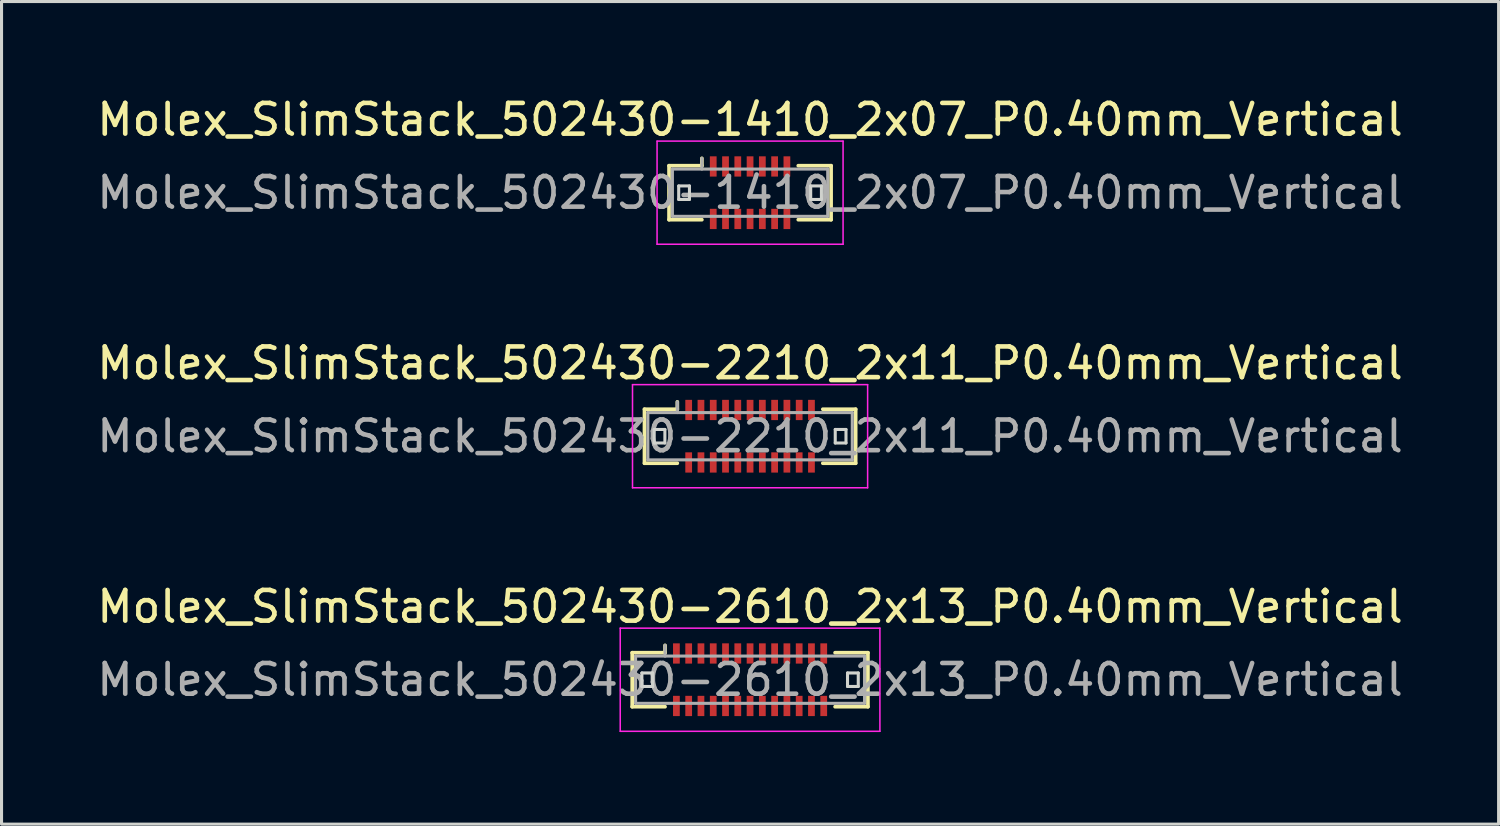
<source format=kicad_pcb>
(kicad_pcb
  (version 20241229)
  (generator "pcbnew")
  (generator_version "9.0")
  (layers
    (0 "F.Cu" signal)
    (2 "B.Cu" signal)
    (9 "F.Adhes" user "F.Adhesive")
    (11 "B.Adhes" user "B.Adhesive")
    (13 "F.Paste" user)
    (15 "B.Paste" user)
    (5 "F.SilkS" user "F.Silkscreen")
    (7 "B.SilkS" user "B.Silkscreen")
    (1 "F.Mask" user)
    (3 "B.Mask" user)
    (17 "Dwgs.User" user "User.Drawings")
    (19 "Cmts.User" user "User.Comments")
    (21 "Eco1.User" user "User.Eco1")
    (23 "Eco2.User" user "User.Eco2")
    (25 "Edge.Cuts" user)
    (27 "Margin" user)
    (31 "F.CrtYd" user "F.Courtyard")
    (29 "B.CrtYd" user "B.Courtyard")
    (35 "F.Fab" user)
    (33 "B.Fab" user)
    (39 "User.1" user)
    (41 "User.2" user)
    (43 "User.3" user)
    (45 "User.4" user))
  (footprint "Molex_SlimStack_502430-2610_2x13_P0.40mm_Vertical"
    (layer "F.Cu")
    (at 21.387 19.095)
    (property "Reference" "Molex_SlimStack_502430-2610_2x13_P0.40mm_Vertical" (at 0 -2.38 0) (layer "F.SilkS") (effects (font (size 1 1) (thickness 0.15))))
    (attr smd)
    (fp_line (start -3.84 -0.88) (end -2.77 -0.88) (stroke (width 0.12) (type solid)) (layer "F.SilkS"))
    (fp_line (start -3.84 0.88) (end -3.84 -0.88) (stroke (width 0.12) (type solid)) (layer "F.SilkS"))
    (fp_line (start -2.77 -0.88) (end -2.77 -1.12) (stroke (width 0.12) (type solid)) (layer "F.SilkS"))
    (fp_line (start -2.77 0.88) (end -3.84 0.88) (stroke (width 0.12) (type solid)) (layer "F.SilkS"))
    (fp_line (start 2.77 0.88) (end 3.84 0.88) (stroke (width 0.12) (type solid)) (layer "F.SilkS"))
    (fp_line (start 3.84 -0.88) (end 2.77 -0.88) (stroke (width 0.12) (type solid)) (layer "F.SilkS"))
    (fp_line (start 3.84 0.88) (end 3.84 -0.88) (stroke (width 0.12) (type solid)) (layer "F.SilkS"))
    (fp_line (start -3.525 -0.22) (end -3.525 0.22) (stroke (width 0.1) (type solid)) (layer "Edge.Cuts"))
    (fp_line (start -3.525 0.22) (end -3.175 0.22) (stroke (width 0.1) (type solid)) (layer "Edge.Cuts"))
    (fp_line (start -3.175 -0.22) (end -3.525 -0.22) (stroke (width 0.1) (type solid)) (layer "Edge.Cuts"))
    (fp_line (start -3.175 0.22) (end -3.175 -0.22) (stroke (width 0.1) (type solid)) (layer "Edge.Cuts"))
    (fp_line (start 3.175 -0.22) (end 3.175 0.22) (stroke (width 0.1) (type solid)) (layer "Edge.Cuts"))
    (fp_line (start 3.175 0.22) (end 3.525 0.22) (stroke (width 0.1) (type solid)) (layer "Edge.Cuts"))
    (fp_line (start 3.525 -0.22) (end 3.175 -0.22) (stroke (width 0.1) (type solid)) (layer "Edge.Cuts"))
    (fp_line (start 3.525 0.22) (end 3.525 -0.22) (stroke (width 0.1) (type solid)) (layer "Edge.Cuts"))
    (fp_line (start -4.23 -1.68) (end -4.23 1.68) (stroke (width 0.05) (type solid)) (layer "F.CrtYd"))
    (fp_line (start -4.23 1.68) (end 4.23 1.68) (stroke (width 0.05) (type solid)) (layer "F.CrtYd"))
    (fp_line (start 4.23 -1.68) (end -4.23 -1.68) (stroke (width 0.05) (type solid)) (layer "F.CrtYd"))
    (fp_line (start 4.23 1.68) (end 4.23 -1.68) (stroke (width 0.05) (type solid)) (layer "F.CrtYd"))
    (fp_line (start -3.73 -0.77) (end -3.73 0.77) (stroke (width 0.1) (type solid)) (layer "F.Fab"))
    (fp_line (start -3.73 0.77) (end 3.73 0.77) (stroke (width 0.1) (type solid)) (layer "F.Fab"))
    (fp_line (start -2.77 -0.77) (end -2.77 -1.12) (stroke (width 0.1) (type solid)) (layer "F.Fab"))
    (fp_line (start 3.73 -0.77) (end -3.73 -0.77) (stroke (width 0.1) (type solid)) (layer "F.Fab"))
    (fp_line (start 3.73 0.77) (end 3.73 -0.77) (stroke (width 0.1) (type solid)) (layer "F.Fab"))
    (fp_text user "${REFERENCE}" (at 0 0 0) (layer "F.Fab") (effects (font (size 1 1) (thickness 0.15))))
    (pad "1" smd rect (at -2.4 -0.855) (size 0.22 0.66) (layers "F.Cu" "F.Mask" "F.Paste"))
    (pad "2" smd rect (at -2.4 0.855) (size 0.22 0.66) (layers "F.Cu" "F.Mask" "F.Paste"))
    (pad "3" smd rect (at -2 -0.855) (size 0.22 0.66) (layers "F.Cu" "F.Mask" "F.Paste"))
    (pad "4" smd rect (at -2 0.855) (size 0.22 0.66) (layers "F.Cu" "F.Mask" "F.Paste"))
    (pad "5" smd rect (at -1.6 -0.855) (size 0.22 0.66) (layers "F.Cu" "F.Mask" "F.Paste"))
    (pad "6" smd rect (at -1.6 0.855) (size 0.22 0.66) (layers "F.Cu" "F.Mask" "F.Paste"))
    (pad "7" smd rect (at -1.2 -0.855) (size 0.22 0.66) (layers "F.Cu" "F.Mask" "F.Paste"))
    (pad "8" smd rect (at -1.2 0.855) (size 0.22 0.66) (layers "F.Cu" "F.Mask" "F.Paste"))
    (pad "9" smd rect (at -0.8 -0.855) (size 0.22 0.66) (layers "F.Cu" "F.Mask" "F.Paste"))
    (pad "10" smd rect (at -0.8 0.855) (size 0.22 0.66) (layers "F.Cu" "F.Mask" "F.Paste"))
    (pad "11" smd rect (at -0.4 -0.855) (size 0.22 0.66) (layers "F.Cu" "F.Mask" "F.Paste"))
    (pad "12" smd rect (at -0.4 0.855) (size 0.22 0.66) (layers "F.Cu" "F.Mask" "F.Paste"))
    (pad "13" smd rect (at 0 -0.855) (size 0.22 0.66) (layers "F.Cu" "F.Mask" "F.Paste"))
    (pad "14" smd rect (at 0 0.855) (size 0.22 0.66) (layers "F.Cu" "F.Mask" "F.Paste"))
    (pad "15" smd rect (at 0.4 -0.855) (size 0.22 0.66) (layers "F.Cu" "F.Mask" "F.Paste"))
    (pad "16" smd rect (at 0.4 0.855) (size 0.22 0.66) (layers "F.Cu" "F.Mask" "F.Paste"))
    (pad "17" smd rect (at 0.8 -0.855) (size 0.22 0.66) (layers "F.Cu" "F.Mask" "F.Paste"))
    (pad "18" smd rect (at 0.8 0.855) (size 0.22 0.66) (layers "F.Cu" "F.Mask" "F.Paste"))
    (pad "19" smd rect (at 1.2 -0.855) (size 0.22 0.66) (layers "F.Cu" "F.Mask" "F.Paste"))
    (pad "20" smd rect (at 1.2 0.855) (size 0.22 0.66) (layers "F.Cu" "F.Mask" "F.Paste"))
    (pad "21" smd rect (at 1.6 -0.855) (size 0.22 0.66) (layers "F.Cu" "F.Mask" "F.Paste"))
    (pad "22" smd rect (at 1.6 0.855) (size 0.22 0.66) (layers "F.Cu" "F.Mask" "F.Paste"))
    (pad "23" smd rect (at 2 -0.855) (size 0.22 0.66) (layers "F.Cu" "F.Mask" "F.Paste"))
    (pad "24" smd rect (at 2 0.855) (size 0.22 0.66) (layers "F.Cu" "F.Mask" "F.Paste"))
    (pad "25" smd rect (at 2.4 -0.855) (size 0.22 0.66) (layers "F.Cu" "F.Mask" "F.Paste"))
    (pad "26" smd rect (at 2.4 0.855) (size 0.22 0.66) (layers "F.Cu" "F.Mask" "F.Paste")))
  (footprint "Molex_SlimStack_502430-1410_2x07_P0.40mm_Vertical"
    (layer "F.Cu")
    (at 21.387 3.228)
    (property "Reference" "Molex_SlimStack_502430-1410_2x07_P0.40mm_Vertical" (at 0 -2.38 0) (layer "F.SilkS") (effects (font (size 1 1) (thickness 0.15))))
    (attr smd)
    (fp_line (start -2.64 -0.88) (end -1.57 -0.88) (stroke (width 0.12) (type solid)) (layer "F.SilkS"))
    (fp_line (start -2.64 0.88) (end -2.64 -0.88) (stroke (width 0.12) (type solid)) (layer "F.SilkS"))
    (fp_line (start -1.57 -0.88) (end -1.57 -1.12) (stroke (width 0.12) (type solid)) (layer "F.SilkS"))
    (fp_line (start -1.57 0.88) (end -2.64 0.88) (stroke (width 0.12) (type solid)) (layer "F.SilkS"))
    (fp_line (start 1.57 0.88) (end 2.64 0.88) (stroke (width 0.12) (type solid)) (layer "F.SilkS"))
    (fp_line (start 2.64 -0.88) (end 1.57 -0.88) (stroke (width 0.12) (type solid)) (layer "F.SilkS"))
    (fp_line (start 2.64 0.88) (end 2.64 -0.88) (stroke (width 0.12) (type solid)) (layer "F.SilkS"))
    (fp_line (start -2.325 -0.22) (end -2.325 0.22) (stroke (width 0.1) (type solid)) (layer "Edge.Cuts"))
    (fp_line (start -2.325 0.22) (end -1.975 0.22) (stroke (width 0.1) (type solid)) (layer "Edge.Cuts"))
    (fp_line (start -1.975 -0.22) (end -2.325 -0.22) (stroke (width 0.1) (type solid)) (layer "Edge.Cuts"))
    (fp_line (start -1.975 0.22) (end -1.975 -0.22) (stroke (width 0.1) (type solid)) (layer "Edge.Cuts"))
    (fp_line (start 1.975 -0.22) (end 1.975 0.22) (stroke (width 0.1) (type solid)) (layer "Edge.Cuts"))
    (fp_line (start 1.975 0.22) (end 2.325 0.22) (stroke (width 0.1) (type solid)) (layer "Edge.Cuts"))
    (fp_line (start 2.325 -0.22) (end 1.975 -0.22) (stroke (width 0.1) (type solid)) (layer "Edge.Cuts"))
    (fp_line (start 2.325 0.22) (end 2.325 -0.22) (stroke (width 0.1) (type solid)) (layer "Edge.Cuts"))
    (fp_line (start -3.03 -1.68) (end -3.03 1.68) (stroke (width 0.05) (type solid)) (layer "F.CrtYd"))
    (fp_line (start -3.03 1.68) (end 3.03 1.68) (stroke (width 0.05) (type solid)) (layer "F.CrtYd"))
    (fp_line (start 3.03 -1.68) (end -3.03 -1.68) (stroke (width 0.05) (type solid)) (layer "F.CrtYd"))
    (fp_line (start 3.03 1.68) (end 3.03 -1.68) (stroke (width 0.05) (type solid)) (layer "F.CrtYd"))
    (fp_line (start -2.53 -0.77) (end -2.53 0.77) (stroke (width 0.1) (type solid)) (layer "F.Fab"))
    (fp_line (start -2.53 0.77) (end 2.53 0.77) (stroke (width 0.1) (type solid)) (layer "F.Fab"))
    (fp_line (start -1.57 -0.77) (end -1.57 -1.12) (stroke (width 0.1) (type solid)) (layer "F.Fab"))
    (fp_line (start 2.53 -0.77) (end -2.53 -0.77) (stroke (width 0.1) (type solid)) (layer "F.Fab"))
    (fp_line (start 2.53 0.77) (end 2.53 -0.77) (stroke (width 0.1) (type solid)) (layer "F.Fab"))
    (fp_text user "${REFERENCE}" (at 0 0 0) (layer "F.Fab") (effects (font (size 1 1) (thickness 0.15))))
    (pad "1" smd rect (at -1.2 -0.855) (size 0.22 0.66) (layers "F.Cu" "F.Mask" "F.Paste"))
    (pad "2" smd rect (at -1.2 0.855) (size 0.22 0.66) (layers "F.Cu" "F.Mask" "F.Paste"))
    (pad "3" smd rect (at -0.8 -0.855) (size 0.22 0.66) (layers "F.Cu" "F.Mask" "F.Paste"))
    (pad "4" smd rect (at -0.8 0.855) (size 0.22 0.66) (layers "F.Cu" "F.Mask" "F.Paste"))
    (pad "5" smd rect (at -0.4 -0.855) (size 0.22 0.66) (layers "F.Cu" "F.Mask" "F.Paste"))
    (pad "6" smd rect (at -0.4 0.855) (size 0.22 0.66) (layers "F.Cu" "F.Mask" "F.Paste"))
    (pad "7" smd rect (at 0 -0.855) (size 0.22 0.66) (layers "F.Cu" "F.Mask" "F.Paste"))
    (pad "8" smd rect (at 0 0.855) (size 0.22 0.66) (layers "F.Cu" "F.Mask" "F.Paste"))
    (pad "9" smd rect (at 0.4 -0.855) (size 0.22 0.66) (layers "F.Cu" "F.Mask" "F.Paste"))
    (pad "10" smd rect (at 0.4 0.855) (size 0.22 0.66) (layers "F.Cu" "F.Mask" "F.Paste"))
    (pad "11" smd rect (at 0.8 -0.855) (size 0.22 0.66) (layers "F.Cu" "F.Mask" "F.Paste"))
    (pad "12" smd rect (at 0.8 0.855) (size 0.22 0.66) (layers "F.Cu" "F.Mask" "F.Paste"))
    (pad "13" smd rect (at 1.2 -0.855) (size 0.22 0.66) (layers "F.Cu" "F.Mask" "F.Paste"))
    (pad "14" smd rect (at 1.2 0.855) (size 0.22 0.66) (layers "F.Cu" "F.Mask" "F.Paste")))
  (footprint "Molex_SlimStack_502430-2210_2x11_P0.40mm_Vertical"
    (layer "F.Cu")
    (at 21.387 11.162)
    (property "Reference" "Molex_SlimStack_502430-2210_2x11_P0.40mm_Vertical" (at 0 -2.38 0) (layer "F.SilkS") (effects (font (size 1 1) (thickness 0.15))))
    (attr smd)
    (fp_line (start -3.44 -0.88) (end -2.37 -0.88) (stroke (width 0.12) (type solid)) (layer "F.SilkS"))
    (fp_line (start -3.44 0.88) (end -3.44 -0.88) (stroke (width 0.12) (type solid)) (layer "F.SilkS"))
    (fp_line (start -2.37 -0.88) (end -2.37 -1.12) (stroke (width 0.12) (type solid)) (layer "F.SilkS"))
    (fp_line (start -2.37 0.88) (end -3.44 0.88) (stroke (width 0.12) (type solid)) (layer "F.SilkS"))
    (fp_line (start 2.37 0.88) (end 3.44 0.88) (stroke (width 0.12) (type solid)) (layer "F.SilkS"))
    (fp_line (start 3.44 -0.88) (end 2.37 -0.88) (stroke (width 0.12) (type solid)) (layer "F.SilkS"))
    (fp_line (start 3.44 0.88) (end 3.44 -0.88) (stroke (width 0.12) (type solid)) (layer "F.SilkS"))
    (fp_line (start -3.125 -0.22) (end -3.125 0.22) (stroke (width 0.1) (type solid)) (layer "Edge.Cuts"))
    (fp_line (start -3.125 0.22) (end -2.775 0.22) (stroke (width 0.1) (type solid)) (layer "Edge.Cuts"))
    (fp_line (start -2.775 -0.22) (end -3.125 -0.22) (stroke (width 0.1) (type solid)) (layer "Edge.Cuts"))
    (fp_line (start -2.775 0.22) (end -2.775 -0.22) (stroke (width 0.1) (type solid)) (layer "Edge.Cuts"))
    (fp_line (start 2.775 -0.22) (end 2.775 0.22) (stroke (width 0.1) (type solid)) (layer "Edge.Cuts"))
    (fp_line (start 2.775 0.22) (end 3.125 0.22) (stroke (width 0.1) (type solid)) (layer "Edge.Cuts"))
    (fp_line (start 3.125 -0.22) (end 2.775 -0.22) (stroke (width 0.1) (type solid)) (layer "Edge.Cuts"))
    (fp_line (start 3.125 0.22) (end 3.125 -0.22) (stroke (width 0.1) (type solid)) (layer "Edge.Cuts"))
    (fp_line (start -3.83 -1.68) (end -3.83 1.68) (stroke (width 0.05) (type solid)) (layer "F.CrtYd"))
    (fp_line (start -3.83 1.68) (end 3.83 1.68) (stroke (width 0.05) (type solid)) (layer "F.CrtYd"))
    (fp_line (start 3.83 -1.68) (end -3.83 -1.68) (stroke (width 0.05) (type solid)) (layer "F.CrtYd"))
    (fp_line (start 3.83 1.68) (end 3.83 -1.68) (stroke (width 0.05) (type solid)) (layer "F.CrtYd"))
    (fp_line (start -3.33 -0.77) (end -3.33 0.77) (stroke (width 0.1) (type solid)) (layer "F.Fab"))
    (fp_line (start -3.33 0.77) (end 3.33 0.77) (stroke (width 0.1) (type solid)) (layer "F.Fab"))
    (fp_line (start -2.37 -0.77) (end -2.37 -1.12) (stroke (width 0.1) (type solid)) (layer "F.Fab"))
    (fp_line (start 3.33 -0.77) (end -3.33 -0.77) (stroke (width 0.1) (type solid)) (layer "F.Fab"))
    (fp_line (start 3.33 0.77) (end 3.33 -0.77) (stroke (width 0.1) (type solid)) (layer "F.Fab"))
    (fp_text user "${REFERENCE}" (at 0 0 0) (layer "F.Fab") (effects (font (size 1 1) (thickness 0.15))))
    (pad "1" smd rect (at -2 -0.855) (size 0.22 0.66) (layers "F.Cu" "F.Mask" "F.Paste"))
    (pad "2" smd rect (at -2 0.855) (size 0.22 0.66) (layers "F.Cu" "F.Mask" "F.Paste"))
    (pad "3" smd rect (at -1.6 -0.855) (size 0.22 0.66) (layers "F.Cu" "F.Mask" "F.Paste"))
    (pad "4" smd rect (at -1.6 0.855) (size 0.22 0.66) (layers "F.Cu" "F.Mask" "F.Paste"))
    (pad "5" smd rect (at -1.2 -0.855) (size 0.22 0.66) (layers "F.Cu" "F.Mask" "F.Paste"))
    (pad "6" smd rect (at -1.2 0.855) (size 0.22 0.66) (layers "F.Cu" "F.Mask" "F.Paste"))
    (pad "7" smd rect (at -0.8 -0.855) (size 0.22 0.66) (layers "F.Cu" "F.Mask" "F.Paste"))
    (pad "8" smd rect (at -0.8 0.855) (size 0.22 0.66) (layers "F.Cu" "F.Mask" "F.Paste"))
    (pad "9" smd rect (at -0.4 -0.855) (size 0.22 0.66) (layers "F.Cu" "F.Mask" "F.Paste"))
    (pad "10" smd rect (at -0.4 0.855) (size 0.22 0.66) (layers "F.Cu" "F.Mask" "F.Paste"))
    (pad "11" smd rect (at 0 -0.855) (size 0.22 0.66) (layers "F.Cu" "F.Mask" "F.Paste"))
    (pad "12" smd rect (at 0 0.855) (size 0.22 0.66) (layers "F.Cu" "F.Mask" "F.Paste"))
    (pad "13" smd rect (at 0.4 -0.855) (size 0.22 0.66) (layers "F.Cu" "F.Mask" "F.Paste"))
    (pad "14" smd rect (at 0.4 0.855) (size 0.22 0.66) (layers "F.Cu" "F.Mask" "F.Paste"))
    (pad "15" smd rect (at 0.8 -0.855) (size 0.22 0.66) (layers "F.Cu" "F.Mask" "F.Paste"))
    (pad "16" smd rect (at 0.8 0.855) (size 0.22 0.66) (layers "F.Cu" "F.Mask" "F.Paste"))
    (pad "17" smd rect (at 1.2 -0.855) (size 0.22 0.66) (layers "F.Cu" "F.Mask" "F.Paste"))
    (pad "18" smd rect (at 1.2 0.855) (size 0.22 0.66) (layers "F.Cu" "F.Mask" "F.Paste"))
    (pad "19" smd rect (at 1.6 -0.855) (size 0.22 0.66) (layers "F.Cu" "F.Mask" "F.Paste"))
    (pad "20" smd rect (at 1.6 0.855) (size 0.22 0.66) (layers "F.Cu" "F.Mask" "F.Paste"))
    (pad "21" smd rect (at 2 -0.855) (size 0.22 0.66) (layers "F.Cu" "F.Mask" "F.Paste"))
    (pad "22" smd rect (at 2 0.855) (size 0.22 0.66) (layers "F.Cu" "F.Mask" "F.Paste")))
  (gr_rect
    (start -3 -3)
    (end 45.774 23.8)
    (stroke (width 0.1) (type default))
    (fill no)
    (layer "Edge.Cuts")))
</source>
